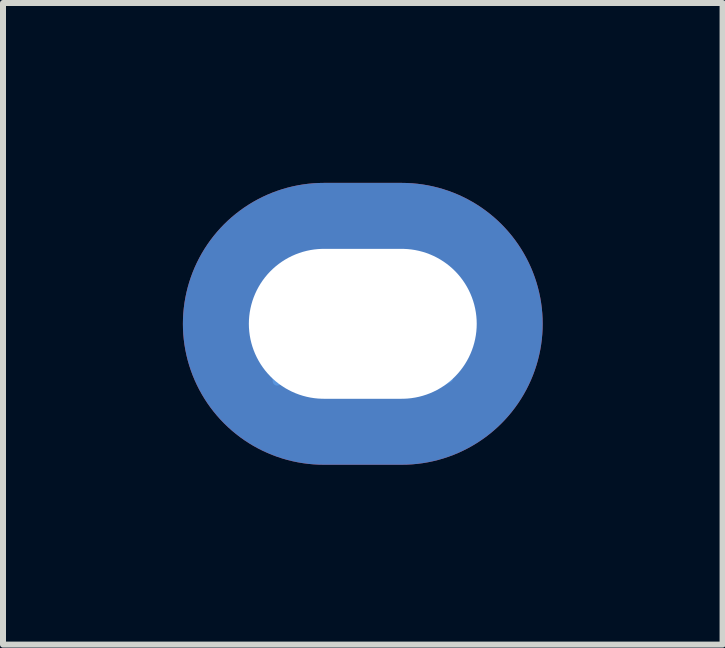
<source format=kicad_pcb>
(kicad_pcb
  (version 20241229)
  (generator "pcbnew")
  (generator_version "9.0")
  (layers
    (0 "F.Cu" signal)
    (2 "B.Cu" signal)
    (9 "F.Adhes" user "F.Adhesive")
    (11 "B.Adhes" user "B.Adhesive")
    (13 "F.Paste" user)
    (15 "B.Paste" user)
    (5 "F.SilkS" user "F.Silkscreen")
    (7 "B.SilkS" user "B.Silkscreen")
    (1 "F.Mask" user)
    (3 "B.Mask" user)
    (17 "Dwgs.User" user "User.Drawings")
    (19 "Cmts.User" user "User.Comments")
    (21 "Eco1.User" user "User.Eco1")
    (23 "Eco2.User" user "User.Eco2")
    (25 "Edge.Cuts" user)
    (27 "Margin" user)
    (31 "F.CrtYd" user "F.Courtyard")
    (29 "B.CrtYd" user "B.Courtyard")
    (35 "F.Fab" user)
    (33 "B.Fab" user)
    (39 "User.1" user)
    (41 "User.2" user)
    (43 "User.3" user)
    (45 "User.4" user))
  (footprint "Hole"
    (layer "F.Cu")
    (at 3 2.35)
    (property "Reference" "Hole" (at 0 0.5 0) (layer "Cmts.User") (effects (font (size 1 1) (thickness 0.15))))
    (attr through_hole)
    (pad "1" thru_hole oval (at 0 0) (size 6 4.7) (drill oval 3.8 2.5) (layers "*.Cu" "*.Mask")))
  (gr_rect
    (start -3 -3)
    (end 9 7.7)
    (stroke (width 0.1) (type default))
    (fill no)
    (layer "Edge.Cuts")))
</source>
